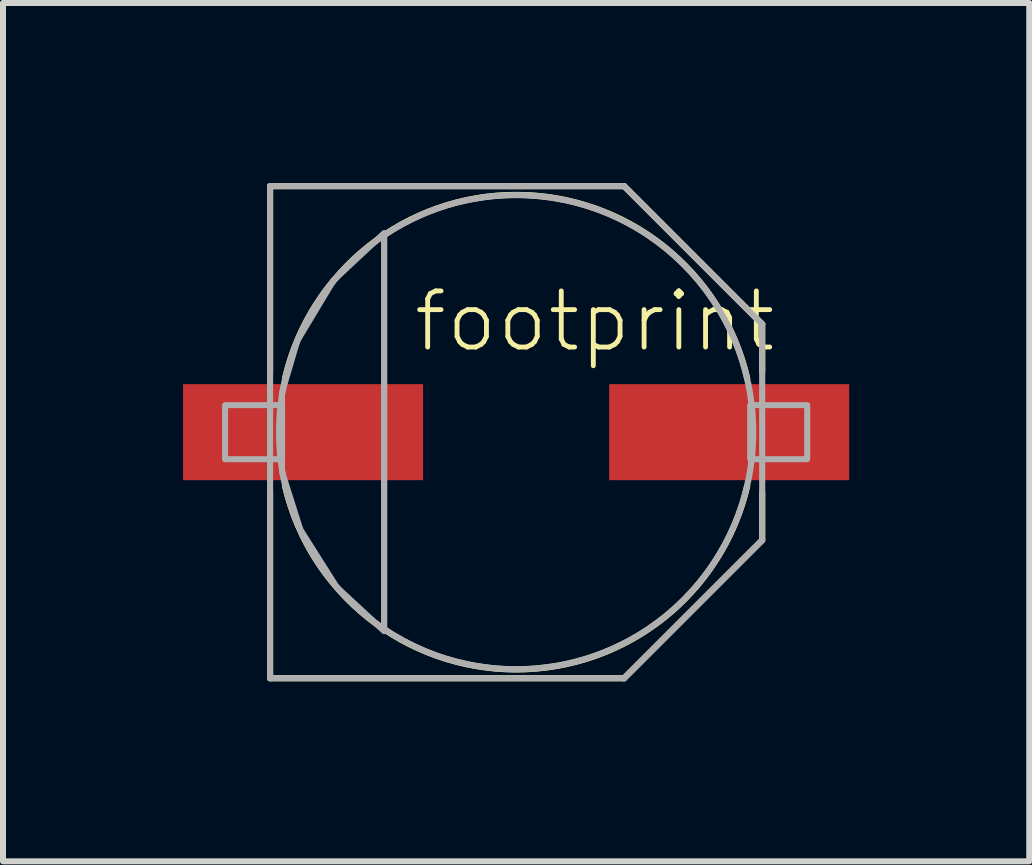
<source format=kicad_pcb>
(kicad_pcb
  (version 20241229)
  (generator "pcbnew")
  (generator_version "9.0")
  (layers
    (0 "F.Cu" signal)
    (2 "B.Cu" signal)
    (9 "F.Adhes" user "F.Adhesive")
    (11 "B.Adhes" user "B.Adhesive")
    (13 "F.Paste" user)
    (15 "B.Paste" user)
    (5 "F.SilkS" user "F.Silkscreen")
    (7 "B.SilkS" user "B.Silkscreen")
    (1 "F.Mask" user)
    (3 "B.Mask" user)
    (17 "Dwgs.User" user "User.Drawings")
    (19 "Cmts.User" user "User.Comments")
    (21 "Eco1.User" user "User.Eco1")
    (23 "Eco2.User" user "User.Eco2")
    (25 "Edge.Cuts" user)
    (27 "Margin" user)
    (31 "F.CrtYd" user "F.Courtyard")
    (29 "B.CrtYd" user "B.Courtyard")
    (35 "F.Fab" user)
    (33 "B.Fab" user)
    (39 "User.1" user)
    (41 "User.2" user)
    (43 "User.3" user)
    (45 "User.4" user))
  (footprint "footprint"
    (layer "F.Cu")
    (at 5.55 4.151)
    (property "Reference" "footprint" (at -1.75 -1.3 0) (layer "F.SilkS") (effects (font (size 0.935 0.935) (thickness 0.081)) (justify left bottom)))
    (fp_line (start -4.1 -4.1) (end 1.8 -4.1) (stroke (width 0.102) (type solid)) (layer "F.SilkS"))
    (fp_line (start -4.1 -1) (end -4.1 -4.1) (stroke (width 0.102) (type solid)) (layer "F.SilkS"))
    (fp_line (start -4.1 4.1) (end -4.1 1) (stroke (width 0.102) (type solid)) (layer "F.SilkS"))
    (fp_line (start 1.8 -4.1) (end 4.1 -1.8) (stroke (width 0.102) (type solid)) (layer "F.SilkS"))
    (fp_line (start 1.8 4.1) (end -4.1 4.1) (stroke (width 0.102) (type solid)) (layer "F.SilkS"))
    (fp_line (start 4.1 -1.8) (end 4.1 -1) (stroke (width 0.102) (type solid)) (layer "F.SilkS"))
    (fp_line (start 4.1 1) (end 4.1 1.8) (stroke (width 0.102) (type solid)) (layer "F.SilkS"))
    (fp_line (start 4.1 1.8) (end 1.8 4.1) (stroke (width 0.102) (type solid)) (layer "F.SilkS"))
    (fp_arc (start -3.85 -0.9) (mid 0 -3.953796) (end 3.85 -0.9) (stroke (width 0.1016) (type solid)) (layer "F.SilkS"))
    (fp_arc (start 3.85 0.9) (mid 0 3.953796) (end -3.85 0.9) (stroke (width 0.1016) (type solid)) (layer "F.SilkS"))
    (fp_line (start -4.1 -4.1) (end 1.8 -4.1) (stroke (width 0.102) (type solid)) (layer "F.Fab"))
    (fp_line (start -4.1 4.1) (end -4.1 -4.1) (stroke (width 0.102) (type solid)) (layer "F.Fab"))
    (fp_line (start -2.2 -3.25) (end -2.2 3.25) (stroke (width 0.102) (type solid)) (layer "F.Fab"))
    (fp_line (start 1.8 -4.1) (end 4.1 -1.8) (stroke (width 0.102) (type solid)) (layer "F.Fab"))
    (fp_line (start 1.8 4.1) (end -4.1 4.1) (stroke (width 0.102) (type solid)) (layer "F.Fab"))
    (fp_line (start 4.1 -1.8) (end 4.1 1.8) (stroke (width 0.102) (type solid)) (layer "F.Fab"))
    (fp_line (start 4.1 1.8) (end 1.8 4.1) (stroke (width 0.102) (type solid)) (layer "F.Fab"))
    (fp_circle (center 0 0) (end 3.95 0) (stroke (width 0.102) (type solid)) (fill no) (layer "F.Fab"))
    (fp_circle (center 0 0) (end 4 0) (stroke (width 0.001) (type solid)) (fill no) (layer "F.Fab"))
    (fp_poly (pts (xy -4.85 0.45) (xy -3.9 0.45) (xy -3.9 -0.45) (xy -4.85 -0.45)) (stroke (width 0.1) (type solid)) (fill no) (layer "F.Fab"))
    (fp_poly (pts (xy 3.9 0.45) (xy 4.85 0.45) (xy 4.85 -0.45) (xy 3.9 -0.45)) (stroke (width 0.1) (type solid)) (fill no) (layer "F.Fab"))
    (fp_poly (pts (xy -2.199 3.316) (xy -2.989 2.583) (xy -3.596 1.622) (xy -3.901 0.658) (xy -3.901 -0.657) (xy -3.647 -1.521) (xy -3.04 -2.532) (xy -2.199 -3.317)) (stroke (width 0.1) (type solid)) (fill no) (layer "F.Fab"))
    (pad "+" smd rect (at 3.55 0) (size 4 1.6) (layers "F.Cu" "F.Mask" "F.Paste"))
    (pad "-" smd rect (at -3.55 0) (size 4 1.6) (layers "F.Cu" "F.Mask" "F.Paste")))
  (gr_rect
    (start -3 -3)
    (end 14.1 11.302)
    (stroke (width 0.1) (type default))
    (fill no)
    (layer "Edge.Cuts")))
</source>
